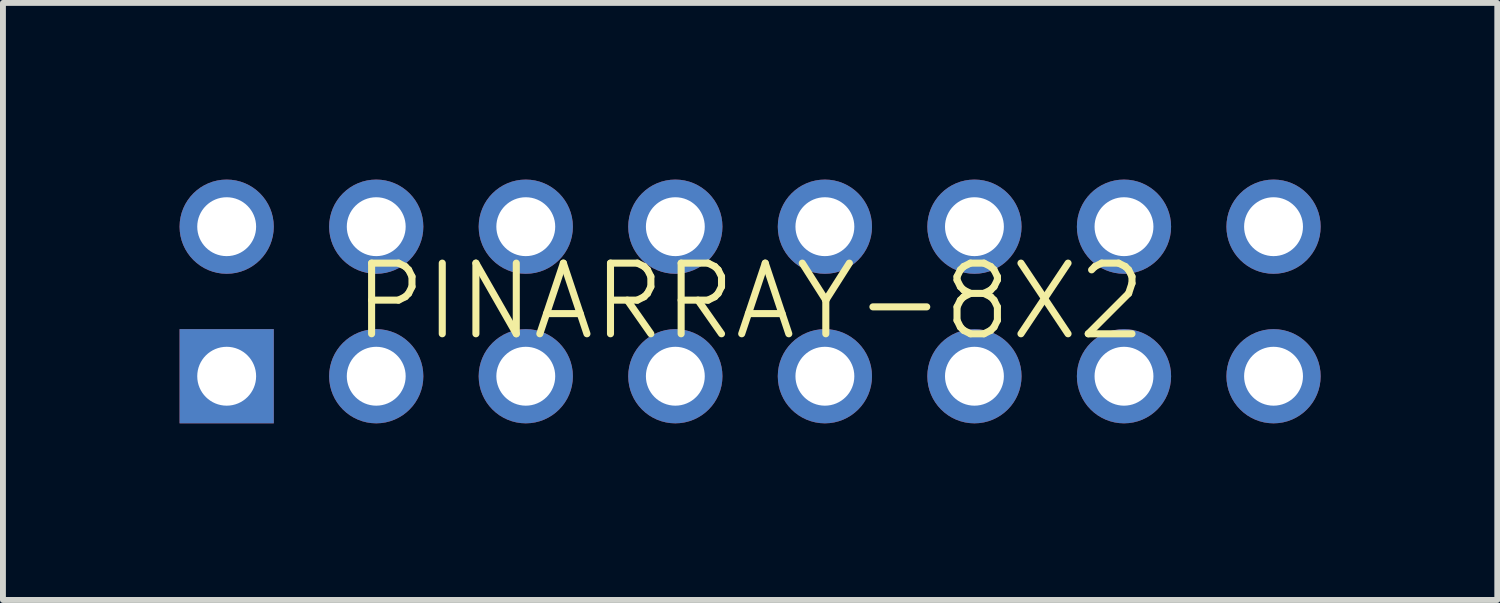
<source format=kicad_pcb>
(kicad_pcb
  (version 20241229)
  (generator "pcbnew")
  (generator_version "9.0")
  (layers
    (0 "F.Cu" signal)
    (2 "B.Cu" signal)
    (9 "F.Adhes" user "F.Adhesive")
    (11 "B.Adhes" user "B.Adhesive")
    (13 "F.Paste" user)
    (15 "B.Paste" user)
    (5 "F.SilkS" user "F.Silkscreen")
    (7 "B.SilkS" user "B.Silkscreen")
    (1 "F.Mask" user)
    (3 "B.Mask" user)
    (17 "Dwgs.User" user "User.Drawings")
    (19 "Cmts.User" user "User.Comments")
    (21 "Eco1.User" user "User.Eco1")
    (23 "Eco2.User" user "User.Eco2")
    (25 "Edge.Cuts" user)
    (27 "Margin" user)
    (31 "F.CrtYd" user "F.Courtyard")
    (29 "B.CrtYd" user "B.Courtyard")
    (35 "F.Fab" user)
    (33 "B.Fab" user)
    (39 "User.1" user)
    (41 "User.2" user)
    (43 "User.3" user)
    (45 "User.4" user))
  (footprint "PINARRAY-8X2"
    (layer "F.Cu")
    (at 9.69 2.07)
    (property "Reference" "PINARRAY-8X2" (at 0 0 0) (layer "F.SilkS") (effects (font (size 1.2 1.2) (thickness 0.12))))
    (attr through_hole)
    (pad "1" thru_hole rect (at -8.89 1.27) (size 1.6 1.6) (drill 1) (layers "*.Cu" "*.Mask"))
    (pad "2" thru_hole circle (at -8.89 -1.27) (size 1.6 1.6) (drill 1) (layers "*.Cu" "*.Mask"))
    (pad "3" thru_hole circle (at -6.35 1.27) (size 1.6 1.6) (drill 1) (layers "*.Cu" "*.Mask"))
    (pad "4" thru_hole circle (at -6.35 -1.27) (size 1.6 1.6) (drill 1) (layers "*.Cu" "*.Mask"))
    (pad "5" thru_hole circle (at -3.81 1.27) (size 1.6 1.6) (drill 1) (layers "*.Cu" "*.Mask"))
    (pad "6" thru_hole circle (at -3.81 -1.27) (size 1.6 1.6) (drill 1) (layers "*.Cu" "*.Mask"))
    (pad "7" thru_hole circle (at -1.27 1.27) (size 1.6 1.6) (drill 1) (layers "*.Cu" "*.Mask"))
    (pad "8" thru_hole circle (at -1.27 -1.27) (size 1.6 1.6) (drill 1) (layers "*.Cu" "*.Mask"))
    (pad "9" thru_hole circle (at 1.27 1.27) (size 1.6 1.6) (drill 1) (layers "*.Cu" "*.Mask"))
    (pad "10" thru_hole circle (at 1.27 -1.27) (size 1.6 1.6) (drill 1) (layers "*.Cu" "*.Mask"))
    (pad "11" thru_hole circle (at 3.81 1.27) (size 1.6 1.6) (drill 1) (layers "*.Cu" "*.Mask"))
    (pad "12" thru_hole circle (at 3.81 -1.27) (size 1.6 1.6) (drill 1) (layers "*.Cu" "*.Mask"))
    (pad "13" thru_hole circle (at 6.35 1.27) (size 1.6 1.6) (drill 1) (layers "*.Cu" "*.Mask"))
    (pad "14" thru_hole circle (at 6.35 -1.27) (size 1.6 1.6) (drill 1) (layers "*.Cu" "*.Mask"))
    (pad "15" thru_hole circle (at 8.89 1.27) (size 1.6 1.6) (drill 1) (layers "*.Cu" "*.Mask"))
    (pad "16" thru_hole circle (at 8.89 -1.27) (size 1.6 1.6) (drill 1) (layers "*.Cu" "*.Mask")))
  (gr_rect
    (start -3 -3)
    (end 22.38 7.14)
    (stroke (width 0.1) (type default))
    (fill no)
    (layer "Edge.Cuts")))
</source>
